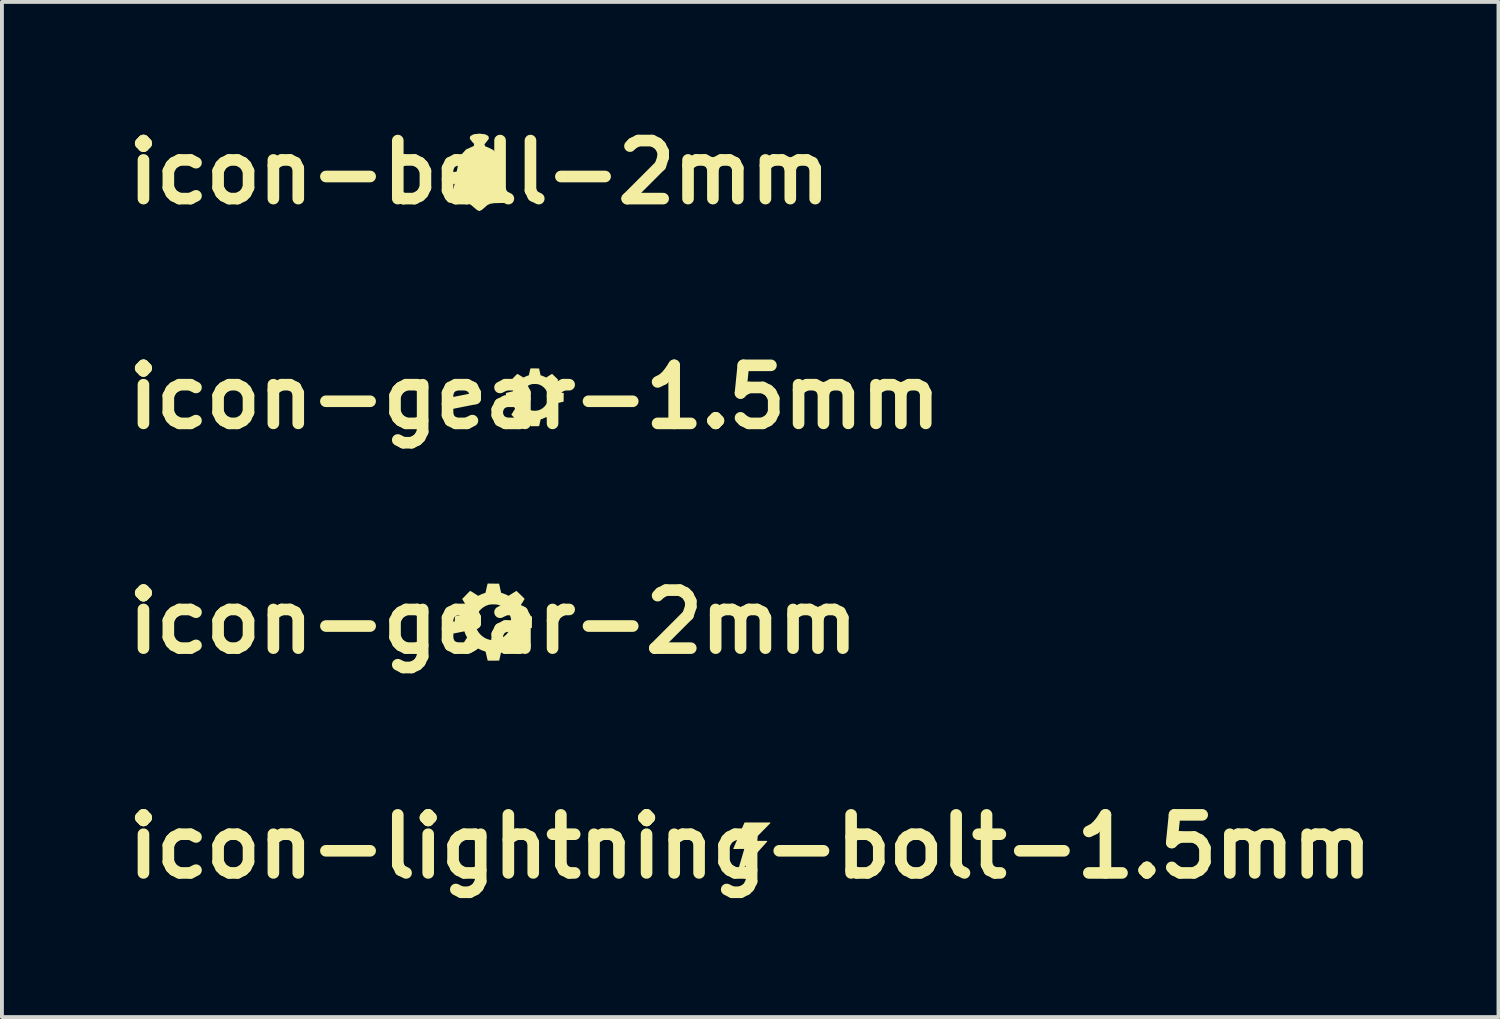
<source format=kicad_pcb>
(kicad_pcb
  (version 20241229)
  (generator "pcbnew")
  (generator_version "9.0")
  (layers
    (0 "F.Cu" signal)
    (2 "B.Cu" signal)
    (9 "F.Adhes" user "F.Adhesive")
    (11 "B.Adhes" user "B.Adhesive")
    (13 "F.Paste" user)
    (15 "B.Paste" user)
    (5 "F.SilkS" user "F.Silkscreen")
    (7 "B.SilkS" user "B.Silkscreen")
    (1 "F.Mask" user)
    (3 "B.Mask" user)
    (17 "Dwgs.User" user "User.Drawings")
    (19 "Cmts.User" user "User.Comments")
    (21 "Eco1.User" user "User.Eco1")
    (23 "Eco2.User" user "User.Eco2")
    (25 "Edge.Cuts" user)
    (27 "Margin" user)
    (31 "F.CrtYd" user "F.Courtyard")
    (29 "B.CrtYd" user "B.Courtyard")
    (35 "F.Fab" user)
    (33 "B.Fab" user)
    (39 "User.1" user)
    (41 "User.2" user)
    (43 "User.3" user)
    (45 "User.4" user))
  (footprint "icon-gear-2mm"
    (layer "F.Cu")
    (at 9.693 13.02)
    (property "Reference" "icon-gear-2mm" (at 0 0 0) (layer "F.SilkS") (effects (font (size 1.5 1.5) (thickness 0.3))))
    (attr board_only exclude_from_pos_files exclude_from_bom)
    (fp_poly (pts (xy 0.007 -0.989) (xy 0.154 -0.987) (xy 0.18 -0.87) (xy 0.206 -0.753) (xy 0.264 -0.733) (xy 0.294 -0.722) (xy 0.326 -0.709) (xy 0.353 -0.697) (xy 0.359 -0.694) (xy 0.398 -0.674) (xy 0.497 -0.737) (xy 0.529 -0.757) (xy 0.557 -0.774) (xy 0.58 -0.788) (xy 0.595 -0.797) (xy 0.601 -0.8) (xy 0.607 -0.796) (xy 0.621 -0.784) (xy 0.64 -0.766) (xy 0.663 -0.744) (xy 0.689 -0.72) (xy 0.716 -0.694) (xy 0.743 -0.668) (xy 0.767 -0.644) (xy 0.788 -0.623) (xy 0.803 -0.607) (xy 0.812 -0.597) (xy 0.813 -0.595) (xy 0.81 -0.588) (xy 0.801 -0.573) (xy 0.787 -0.55) (xy 0.77 -0.522) (xy 0.754 -0.497) (xy 0.734 -0.466) (xy 0.717 -0.438) (xy 0.703 -0.416) (xy 0.693 -0.401) (xy 0.69 -0.396) (xy 0.69 -0.386) (xy 0.696 -0.37) (xy 0.705 -0.349) (xy 0.706 -0.348) (xy 0.717 -0.323) (xy 0.731 -0.291) (xy 0.743 -0.259) (xy 0.746 -0.251) (xy 0.767 -0.194) (xy 0.871 -0.171) (xy 0.907 -0.163) (xy 0.939 -0.156) (xy 0.965 -0.15) (xy 0.983 -0.145) (xy 0.989 -0.143) (xy 1.004 -0.139) (xy 1.002 0.008) (xy 1 0.156) (xy 0.956 0.166) (xy 0.931 0.172) (xy 0.898 0.18) (xy 0.862 0.188) (xy 0.838 0.193) (xy 0.764 0.21) (xy 0.753 0.246) (xy 0.745 0.268) (xy 0.734 0.297) (xy 0.72 0.328) (xy 0.714 0.342) (xy 0.686 0.401) (xy 0.75 0.503) (xy 0.814 0.605) (xy 0.71 0.709) (xy 0.681 0.738) (xy 0.654 0.765) (xy 0.631 0.786) (xy 0.613 0.802) (xy 0.603 0.811) (xy 0.6 0.813) (xy 0.593 0.809) (xy 0.577 0.8) (xy 0.554 0.786) (xy 0.526 0.769) (xy 0.496 0.75) (xy 0.398 0.687) (xy 0.347 0.713) (xy 0.317 0.726) (xy 0.285 0.74) (xy 0.257 0.75) (xy 0.253 0.751) (xy 0.21 0.765) (xy 0.193 0.838) (xy 0.185 0.873) (xy 0.177 0.908) (xy 0.17 0.939) (xy 0.166 0.956) (xy 0.156 1) (xy 0.008 1.002) (xy -0.034 1.002) (xy -0.071 1.002) (xy -0.102 1.001) (xy -0.126 1.001) (xy -0.139 0.999) (xy -0.142 0.999) (xy -0.144 0.991) (xy -0.148 0.973) (xy -0.154 0.948) (xy -0.162 0.917) (xy -0.165 0.902) (xy -0.175 0.857) (xy -0.182 0.824) (xy -0.188 0.799) (xy -0.193 0.782) (xy -0.199 0.771) (xy -0.205 0.764) (xy -0.213 0.76) (xy -0.224 0.757) (xy -0.238 0.753) (xy -0.263 0.745) (xy -0.294 0.733) (xy -0.325 0.719) (xy -0.334 0.714) (xy -0.389 0.688) (xy -0.487 0.75) (xy -0.53 0.777) (xy -0.562 0.796) (xy -0.584 0.807) (xy -0.596 0.81) (xy -0.597 0.81) (xy -0.605 0.804) (xy -0.619 0.791) (xy -0.64 0.771) (xy -0.665 0.746) (xy -0.693 0.717) (xy -0.705 0.705) (xy -0.801 0.603) (xy -0.737 0.503) (xy -0.673 0.402) (xy -0.695 0.361) (xy -0.707 0.336) (xy -0.721 0.304) (xy -0.733 0.272) (xy -0.737 0.263) (xy -0.757 0.205) (xy -0.85 0.185) (xy -0.885 0.177) (xy -0.917 0.17) (xy -0.944 0.163) (xy -0.963 0.159) (xy -0.967 0.158) (xy -0.991 0.152) (xy -0.991 0.008) (xy -0.457 0.008) (xy -0.453 0.075) (xy -0.441 0.136) (xy -0.419 0.195) (xy -0.414 0.206) (xy -0.378 0.268) (xy -0.332 0.324) (xy -0.278 0.372) (xy -0.218 0.413) (xy -0.154 0.443) (xy -0.098 0.46) (xy -0.053 0.467) (xy -0.001 0.469) (xy 0.053 0.466) (xy 0.103 0.46) (xy 0.146 0.449) (xy 0.148 0.449) (xy 0.219 0.418) (xy 0.283 0.377) (xy 0.339 0.327) (xy 0.386 0.269) (xy 0.419 0.213) (xy 0.44 0.166) (xy 0.454 0.123) (xy 0.462 0.078) (xy 0.465 0.028) (xy 0.466 0.006) (xy 0.464 -0.047) (xy 0.458 -0.093) (xy 0.447 -0.136) (xy 0.429 -0.18) (xy 0.419 -0.2) (xy 0.38 -0.264) (xy 0.332 -0.321) (xy 0.276 -0.369) (xy 0.213 -0.408) (xy 0.145 -0.436) (xy 0.127 -0.442) (xy 0.092 -0.448) (xy 0.05 -0.452) (xy 0.004 -0.453) (xy -0.043 -0.452) (xy -0.084 -0.448) (xy -0.114 -0.442) (xy -0.185 -0.417) (xy -0.25 -0.38) (xy -0.309 -0.334) (xy -0.36 -0.279) (xy -0.401 -0.216) (xy -0.413 -0.194) (xy -0.438 -0.129) (xy -0.453 -0.063) (xy -0.457 0.008) (xy -0.991 0.008) (xy -0.991 0.006) (xy -0.991 -0.041) (xy -0.99 -0.076) (xy -0.99 -0.102) (xy -0.989 -0.12) (xy -0.987 -0.132) (xy -0.985 -0.139) (xy -0.982 -0.143) (xy -0.978 -0.145) (xy -0.976 -0.146) (xy -0.965 -0.149) (xy -0.945 -0.155) (xy -0.916 -0.161) (xy -0.883 -0.169) (xy -0.857 -0.175) (xy -0.823 -0.182) (xy -0.793 -0.189) (xy -0.77 -0.194) (xy -0.756 -0.198) (xy -0.752 -0.199) (xy -0.75 -0.205) (xy -0.745 -0.22) (xy -0.738 -0.241) (xy -0.737 -0.246) (xy -0.727 -0.274) (xy -0.713 -0.307) (xy -0.699 -0.338) (xy -0.698 -0.341) (xy -0.674 -0.391) (xy -0.738 -0.491) (xy -0.801 -0.591) (xy -0.701 -0.695) (xy -0.672 -0.725) (xy -0.646 -0.752) (xy -0.624 -0.774) (xy -0.606 -0.79) (xy -0.596 -0.799) (xy -0.593 -0.8) (xy -0.585 -0.797) (xy -0.569 -0.788) (xy -0.545 -0.774) (xy -0.516 -0.757) (xy -0.485 -0.737) (xy -0.385 -0.674) (xy -0.343 -0.695) (xy -0.316 -0.708) (xy -0.283 -0.722) (xy -0.252 -0.733) (xy -0.251 -0.734) (xy -0.228 -0.742) (xy -0.21 -0.748) (xy -0.2 -0.752) (xy -0.198 -0.752) (xy -0.197 -0.759) (xy -0.193 -0.775) (xy -0.187 -0.8) (xy -0.18 -0.831) (xy -0.174 -0.858) (xy -0.167 -0.894) (xy -0.159 -0.926) (xy -0.153 -0.952) (xy -0.148 -0.97) (xy -0.146 -0.976) (xy -0.14 -0.991)) (stroke (width 0) (type solid)) (fill yes) (layer "F.SilkS")))
  (footprint "icon-gear-1.5mm"
    (layer "F.Cu")
    (at 10.764 7.212)
    (property "Reference" "icon-gear-1.5mm" (at 0 0 0) (layer "F.SilkS") (effects (font (size 1.5 1.5) (thickness 0.3))))
    (attr board_only exclude_from_pos_files exclude_from_bom)
    (fp_poly (pts (xy 0.005 -0.742) (xy 0.116 -0.741) (xy 0.135 -0.653) (xy 0.155 -0.565) (xy 0.198 -0.55) (xy 0.221 -0.541) (xy 0.245 -0.532) (xy 0.265 -0.523) (xy 0.27 -0.52) (xy 0.299 -0.506) (xy 0.373 -0.553) (xy 0.397 -0.568) (xy 0.418 -0.581) (xy 0.435 -0.591) (xy 0.446 -0.598) (xy 0.451 -0.6) (xy 0.456 -0.597) (xy 0.466 -0.588) (xy 0.48 -0.575) (xy 0.497 -0.558) (xy 0.517 -0.54) (xy 0.537 -0.52) (xy 0.557 -0.501) (xy 0.575 -0.483) (xy 0.591 -0.467) (xy 0.602 -0.455) (xy 0.609 -0.448) (xy 0.61 -0.446) (xy 0.607 -0.441) (xy 0.601 -0.43) (xy 0.59 -0.413) (xy 0.577 -0.392) (xy 0.565 -0.373) (xy 0.551 -0.349) (xy 0.537 -0.329) (xy 0.527 -0.312) (xy 0.52 -0.301) (xy 0.517 -0.297) (xy 0.518 -0.29) (xy 0.522 -0.277) (xy 0.529 -0.262) (xy 0.529 -0.261) (xy 0.538 -0.242) (xy 0.548 -0.219) (xy 0.558 -0.195) (xy 0.56 -0.188) (xy 0.575 -0.145) (xy 0.653 -0.128) (xy 0.68 -0.122) (xy 0.704 -0.117) (xy 0.724 -0.112) (xy 0.737 -0.109) (xy 0.742 -0.108) (xy 0.753 -0.104) (xy 0.751 0.006) (xy 0.75 0.117) (xy 0.717 0.125) (xy 0.698 0.129) (xy 0.673 0.135) (xy 0.647 0.141) (xy 0.628 0.145) (xy 0.573 0.158) (xy 0.565 0.185) (xy 0.559 0.201) (xy 0.55 0.223) (xy 0.54 0.246) (xy 0.535 0.257) (xy 0.514 0.301) (xy 0.563 0.377) (xy 0.611 0.454) (xy 0.533 0.532) (xy 0.51 0.554) (xy 0.49 0.574) (xy 0.473 0.59) (xy 0.46 0.602) (xy 0.452 0.608) (xy 0.45 0.609) (xy 0.445 0.607) (xy 0.433 0.6) (xy 0.415 0.59) (xy 0.394 0.577) (xy 0.372 0.562) (xy 0.299 0.516) (xy 0.26 0.534) (xy 0.238 0.545) (xy 0.214 0.555) (xy 0.193 0.563) (xy 0.19 0.564) (xy 0.157 0.574) (xy 0.145 0.629) (xy 0.139 0.654) (xy 0.133 0.681) (xy 0.127 0.704) (xy 0.125 0.717) (xy 0.117 0.75) (xy 0.006 0.751) (xy -0.025 0.752) (xy -0.053 0.752) (xy -0.077 0.751) (xy -0.094 0.751) (xy -0.104 0.75) (xy -0.106 0.749) (xy -0.108 0.743) (xy -0.111 0.73) (xy -0.116 0.711) (xy -0.121 0.688) (xy -0.124 0.676) (xy -0.131 0.643) (xy -0.137 0.618) (xy -0.141 0.6) (xy -0.145 0.587) (xy -0.149 0.578) (xy -0.154 0.573) (xy -0.16 0.57) (xy -0.168 0.568) (xy -0.178 0.565) (xy -0.197 0.559) (xy -0.22 0.549) (xy -0.244 0.539) (xy -0.251 0.536) (xy -0.292 0.516) (xy -0.366 0.563) (xy -0.397 0.583) (xy -0.421 0.597) (xy -0.438 0.605) (xy -0.447 0.607) (xy -0.448 0.607) (xy -0.453 0.603) (xy -0.465 0.593) (xy -0.48 0.578) (xy -0.499 0.559) (xy -0.52 0.538) (xy -0.529 0.529) (xy -0.601 0.453) (xy -0.553 0.377) (xy -0.505 0.302) (xy -0.521 0.271) (xy -0.53 0.252) (xy -0.541 0.228) (xy -0.55 0.204) (xy -0.552 0.197) (xy -0.567 0.154) (xy -0.637 0.138) (xy -0.664 0.133) (xy -0.688 0.127) (xy -0.708 0.123) (xy -0.722 0.119) (xy -0.725 0.119) (xy -0.743 0.114) (xy -0.743 0.006) (xy -0.343 0.006) (xy -0.34 0.056) (xy -0.331 0.102) (xy -0.314 0.146) (xy -0.31 0.155) (xy -0.283 0.201) (xy -0.249 0.243) (xy -0.209 0.279) (xy -0.164 0.31) (xy -0.116 0.332) (xy -0.074 0.345) (xy -0.039 0.35) (xy -0.001 0.352) (xy 0.04 0.35) (xy 0.078 0.345) (xy 0.11 0.337) (xy 0.111 0.336) (xy 0.164 0.314) (xy 0.212 0.283) (xy 0.254 0.246) (xy 0.29 0.202) (xy 0.315 0.16) (xy 0.33 0.125) (xy 0.34 0.092) (xy 0.347 0.059) (xy 0.349 0.021) (xy 0.349 0.005) (xy 0.348 -0.035) (xy 0.344 -0.07) (xy 0.335 -0.102) (xy 0.322 -0.135) (xy 0.314 -0.15) (xy 0.285 -0.198) (xy 0.249 -0.24) (xy 0.207 -0.277) (xy 0.16 -0.306) (xy 0.109 -0.327) (xy 0.095 -0.332) (xy 0.069 -0.336) (xy 0.038 -0.339) (xy 0.003 -0.34) (xy -0.032 -0.339) (xy -0.063 -0.336) (xy -0.086 -0.332) (xy -0.139 -0.312) (xy -0.188 -0.285) (xy -0.232 -0.25) (xy -0.27 -0.209) (xy -0.301 -0.162) (xy -0.309 -0.145) (xy -0.329 -0.097) (xy -0.339 -0.047) (xy -0.343 0.006) (xy -0.743 0.006) (xy -0.743 0.004) (xy -0.743 -0.031) (xy -0.743 -0.057) (xy -0.742 -0.077) (xy -0.742 -0.09) (xy -0.741 -0.099) (xy -0.739 -0.104) (xy -0.736 -0.107) (xy -0.733 -0.109) (xy -0.732 -0.109) (xy -0.724 -0.112) (xy -0.709 -0.116) (xy -0.687 -0.121) (xy -0.662 -0.127) (xy -0.643 -0.131) (xy -0.617 -0.137) (xy -0.595 -0.142) (xy -0.578 -0.146) (xy -0.567 -0.148) (xy -0.564 -0.149) (xy -0.563 -0.154) (xy -0.559 -0.165) (xy -0.554 -0.181) (xy -0.553 -0.184) (xy -0.545 -0.206) (xy -0.535 -0.231) (xy -0.525 -0.254) (xy -0.524 -0.256) (xy -0.505 -0.293) (xy -0.553 -0.368) (xy -0.601 -0.443) (xy -0.526 -0.522) (xy -0.504 -0.544) (xy -0.485 -0.564) (xy -0.468 -0.581) (xy -0.455 -0.593) (xy -0.447 -0.599) (xy -0.445 -0.6) (xy -0.439 -0.598) (xy -0.427 -0.591) (xy -0.409 -0.581) (xy -0.387 -0.567) (xy -0.364 -0.553) (xy -0.289 -0.506) (xy -0.258 -0.521) (xy -0.237 -0.531) (xy -0.212 -0.541) (xy -0.189 -0.55) (xy -0.188 -0.55) (xy -0.171 -0.556) (xy -0.157 -0.561) (xy -0.15 -0.564) (xy -0.149 -0.564) (xy -0.148 -0.569) (xy -0.145 -0.582) (xy -0.14 -0.6) (xy -0.135 -0.624) (xy -0.131 -0.643) (xy -0.125 -0.67) (xy -0.119 -0.694) (xy -0.115 -0.714) (xy -0.111 -0.728) (xy -0.109 -0.732) (xy -0.105 -0.743)) (stroke (width 0) (type solid)) (fill yes) (layer "F.SilkS")))
  (footprint "icon-bell-2mm"
    (layer "F.Cu")
    (at 9.336 1.404)
    (property "Reference" "icon-bell-2mm" (at 0 0 0) (layer "F.SilkS") (effects (font (size 1.5 1.5) (thickness 0.3))))
    (attr board_only exclude_from_pos_files exclude_from_bom)
    (fp_poly (pts (xy 0.148 -0.984) (xy 0.233 -0.939) (xy 0.248 -0.872) (xy 0.188 -0.792) (xy 0.131 -0.723) (xy 0.154 -0.672) (xy 0.23 -0.643) (xy 0.363 -0.577) (xy 0.465 -0.449) (xy 0.539 -0.253) (xy 0.582 -0.035) (xy 0.625 0.226) (xy 0.666 0.41) (xy 0.708 0.526) (xy 0.753 0.578) (xy 0.775 0.584) (xy 0.822 0.62) (xy 0.834 0.688) (xy 0.83 0.743) (xy 0.805 0.774) (xy 0.74 0.788) (xy 0.619 0.792) (xy 0.544 0.792) (xy 0.383 0.796) (xy 0.279 0.812) (xy 0.206 0.847) (xy 0.15 0.897) (xy 0.068 0.967) (xy 0.005 1) (xy 0 1.001) (xy -0.058 0.974) (xy -0.139 0.907) (xy -0.15 0.897) (xy -0.217 0.84) (xy -0.293 0.809) (xy -0.404 0.795) (xy -0.544 0.792) (xy -0.696 0.791) (xy -0.783 0.782) (xy -0.823 0.759) (xy -0.834 0.715) (xy -0.834 0.688) (xy -0.813 0.606) (xy -0.775 0.584) (xy -0.728 0.557) (xy -0.685 0.471) (xy -0.643 0.318) (xy -0.601 0.093) (xy -0.582 -0.035) (xy -0.528 -0.292) (xy -0.449 -0.476) (xy -0.342 -0.592) (xy -0.23 -0.643) (xy -0.142 -0.682) (xy -0.136 -0.736) (xy -0.188 -0.792) (xy -0.248 -0.872) (xy -0.233 -0.939) (xy -0.148 -0.984) (xy 0 -1.001)) (stroke (width 0) (type solid)) (fill yes) (layer "F.SilkS")))
  (footprint "icon-lightning-bolt-1.5mm"
    (layer "F.Cu")
    (at 16.336 18.828)
    (property "Reference" "icon-lightning-bolt-1.5mm" (at 0 0 0) (layer "F.SilkS") (effects (font (size 1.5 1.5) (thickness 0.3))))
    (attr board_only exclude_from_pos_files exclude_from_bom)
    (fp_poly (pts (xy 0.519 -0.622) (xy 0.521 -0.617) (xy 0.522 -0.614) (xy 0.522 -0.613) (xy 0.521 -0.612) (xy 0.521 -0.611) (xy 0.519 -0.609) (xy 0.517 -0.607) (xy 0.515 -0.604) (xy 0.511 -0.6) (xy 0.507 -0.595) (xy 0.502 -0.59) (xy 0.496 -0.584) (xy 0.489 -0.576) (xy 0.48 -0.568) (xy 0.471 -0.558) (xy 0.46 -0.547) (xy 0.448 -0.534) (xy 0.434 -0.52) (xy 0.419 -0.505) (xy 0.402 -0.487) (xy 0.383 -0.468) (xy 0.363 -0.448) (xy 0.34 -0.425) (xy 0.316 -0.401) (xy 0.296 -0.38) (xy 0.069 -0.151) (xy 0.251 -0.15) (xy 0.274 -0.15) (xy 0.296 -0.15) (xy 0.318 -0.15) (xy 0.338 -0.15) (xy 0.356 -0.149) (xy 0.373 -0.149) (xy 0.389 -0.149) (xy 0.402 -0.149) (xy 0.413 -0.149) (xy 0.422 -0.149) (xy 0.428 -0.149) (xy 0.432 -0.149) (xy 0.433 -0.149) (xy 0.434 -0.148) (xy 0.436 -0.145) (xy 0.439 -0.143) (xy 0.44 -0.14) (xy 0.439 -0.137) (xy 0.438 -0.133) (xy 0.434 -0.129) (xy 0.43 -0.122) (xy 0.423 -0.115) (xy 0.421 -0.113) (xy 0.4 -0.089) (xy 0.378 -0.064) (xy 0.355 -0.038) (xy 0.331 -0.012) (xy 0.307 0.015) (xy 0.282 0.043) (xy 0.257 0.071) (xy 0.232 0.1) (xy 0.206 0.128) (xy 0.18 0.158) (xy 0.154 0.187) (xy 0.128 0.216) (xy 0.101 0.246) (xy 0.075 0.275) (xy 0.049 0.304) (xy 0.024 0.333) (xy -0.002 0.361) (xy -0.027 0.389) (xy -0.051 0.417) (xy -0.075 0.443) (xy -0.098 0.469) (xy -0.121 0.495) (xy -0.143 0.519) (xy -0.164 0.543) (xy -0.184 0.565) (xy -0.203 0.586) (xy -0.221 0.606) (xy -0.237 0.625) (xy -0.253 0.642) (xy -0.267 0.658) (xy -0.28 0.672) (xy -0.291 0.685) (xy -0.301 0.696) (xy -0.309 0.705) (xy -0.315 0.712) (xy -0.32 0.717) (xy -0.323 0.72) (xy -0.323 0.721) (xy -0.329 0.725) (xy -0.334 0.726) (xy -0.339 0.724) (xy -0.34 0.723) (xy -0.343 0.72) (xy -0.344 0.716) (xy -0.344 0.712) (xy -0.343 0.71) (xy -0.342 0.706) (xy -0.34 0.699) (xy -0.337 0.689) (xy -0.334 0.677) (xy -0.33 0.663) (xy -0.325 0.647) (xy -0.32 0.629) (xy -0.314 0.609) (xy -0.307 0.587) (xy -0.301 0.563) (xy -0.293 0.539) (xy -0.286 0.513) (xy -0.278 0.485) (xy -0.27 0.457) (xy -0.261 0.427) (xy -0.252 0.397) (xy -0.248 0.383) (xy -0.239 0.353) (xy -0.231 0.323) (xy -0.222 0.295) (xy -0.214 0.267) (xy -0.206 0.24) (xy -0.199 0.215) (xy -0.192 0.191) (xy -0.186 0.169) (xy -0.18 0.148) (xy -0.174 0.129) (xy -0.169 0.112) (xy -0.165 0.097) (xy -0.161 0.085) (xy -0.158 0.074) (xy -0.156 0.066) (xy -0.154 0.061) (xy -0.153 0.058) (xy -0.153 0.058) (xy -0.155 0.058) (xy -0.159 0.058) (xy -0.166 0.058) (xy -0.175 0.058) (xy -0.186 0.058) (xy -0.199 0.058) (xy -0.213 0.058) (xy -0.229 0.058) (xy -0.245 0.058) (xy -0.254 0.059) (xy -0.273 0.059) (xy -0.292 0.059) (xy -0.31 0.059) (xy -0.328 0.059) (xy -0.345 0.06) (xy -0.361 0.06) (xy -0.374 0.06) (xy -0.386 0.06) (xy -0.395 0.06) (xy -0.396 0.06) (xy -0.437 0.06) (xy -0.436 0.052) (xy -0.436 0.051) (xy -0.435 0.049) (xy -0.434 0.045) (xy -0.433 0.041) (xy -0.43 0.036) (xy -0.428 0.029) (xy -0.425 0.021) (xy -0.421 0.012) (xy -0.416 0.001) (xy -0.411 -0.012) (xy -0.405 -0.026) (xy -0.398 -0.043) (xy -0.39 -0.061) (xy -0.382 -0.081) (xy -0.372 -0.103) (xy -0.362 -0.127) (xy -0.35 -0.154) (xy -0.338 -0.183) (xy -0.324 -0.215) (xy -0.31 -0.249) (xy -0.294 -0.285) (xy -0.293 -0.289) (xy -0.28 -0.319) (xy -0.267 -0.348) (xy -0.255 -0.377) (xy -0.243 -0.404) (xy -0.232 -0.431) (xy -0.221 -0.456) (xy -0.21 -0.48) (xy -0.2 -0.503) (xy -0.191 -0.524) (xy -0.183 -0.543) (xy -0.175 -0.561) (xy -0.168 -0.576) (xy -0.162 -0.59) (xy -0.157 -0.602) (xy -0.153 -0.611) (xy -0.15 -0.618) (xy -0.148 -0.622) (xy -0.147 -0.623) (xy -0.147 -0.623) (xy -0.147 -0.624) (xy -0.145 -0.624) (xy -0.142 -0.624) (xy -0.138 -0.624) (xy -0.133 -0.624) (xy -0.126 -0.625) (xy -0.118 -0.625) (xy -0.108 -0.625) (xy -0.097 -0.625) (xy -0.084 -0.625) (xy -0.068 -0.625) (xy -0.051 -0.625) (xy -0.032 -0.625) (xy -0.01 -0.625) (xy 0.014 -0.625) (xy 0.04 -0.625) (xy 0.069 -0.625) (xy 0.1 -0.625) (xy 0.134 -0.625) (xy 0.172 -0.625) (xy 0.185 -0.625) (xy 0.515 -0.626)) (stroke (width 0) (type solid)) (fill yes) (layer "F.SilkS")))
  (gr_rect
    (start -3 -3)
    (end 35.671 23.232)
    (stroke (width 0.1) (type default))
    (fill no)
    (layer "Edge.Cuts")))
</source>
